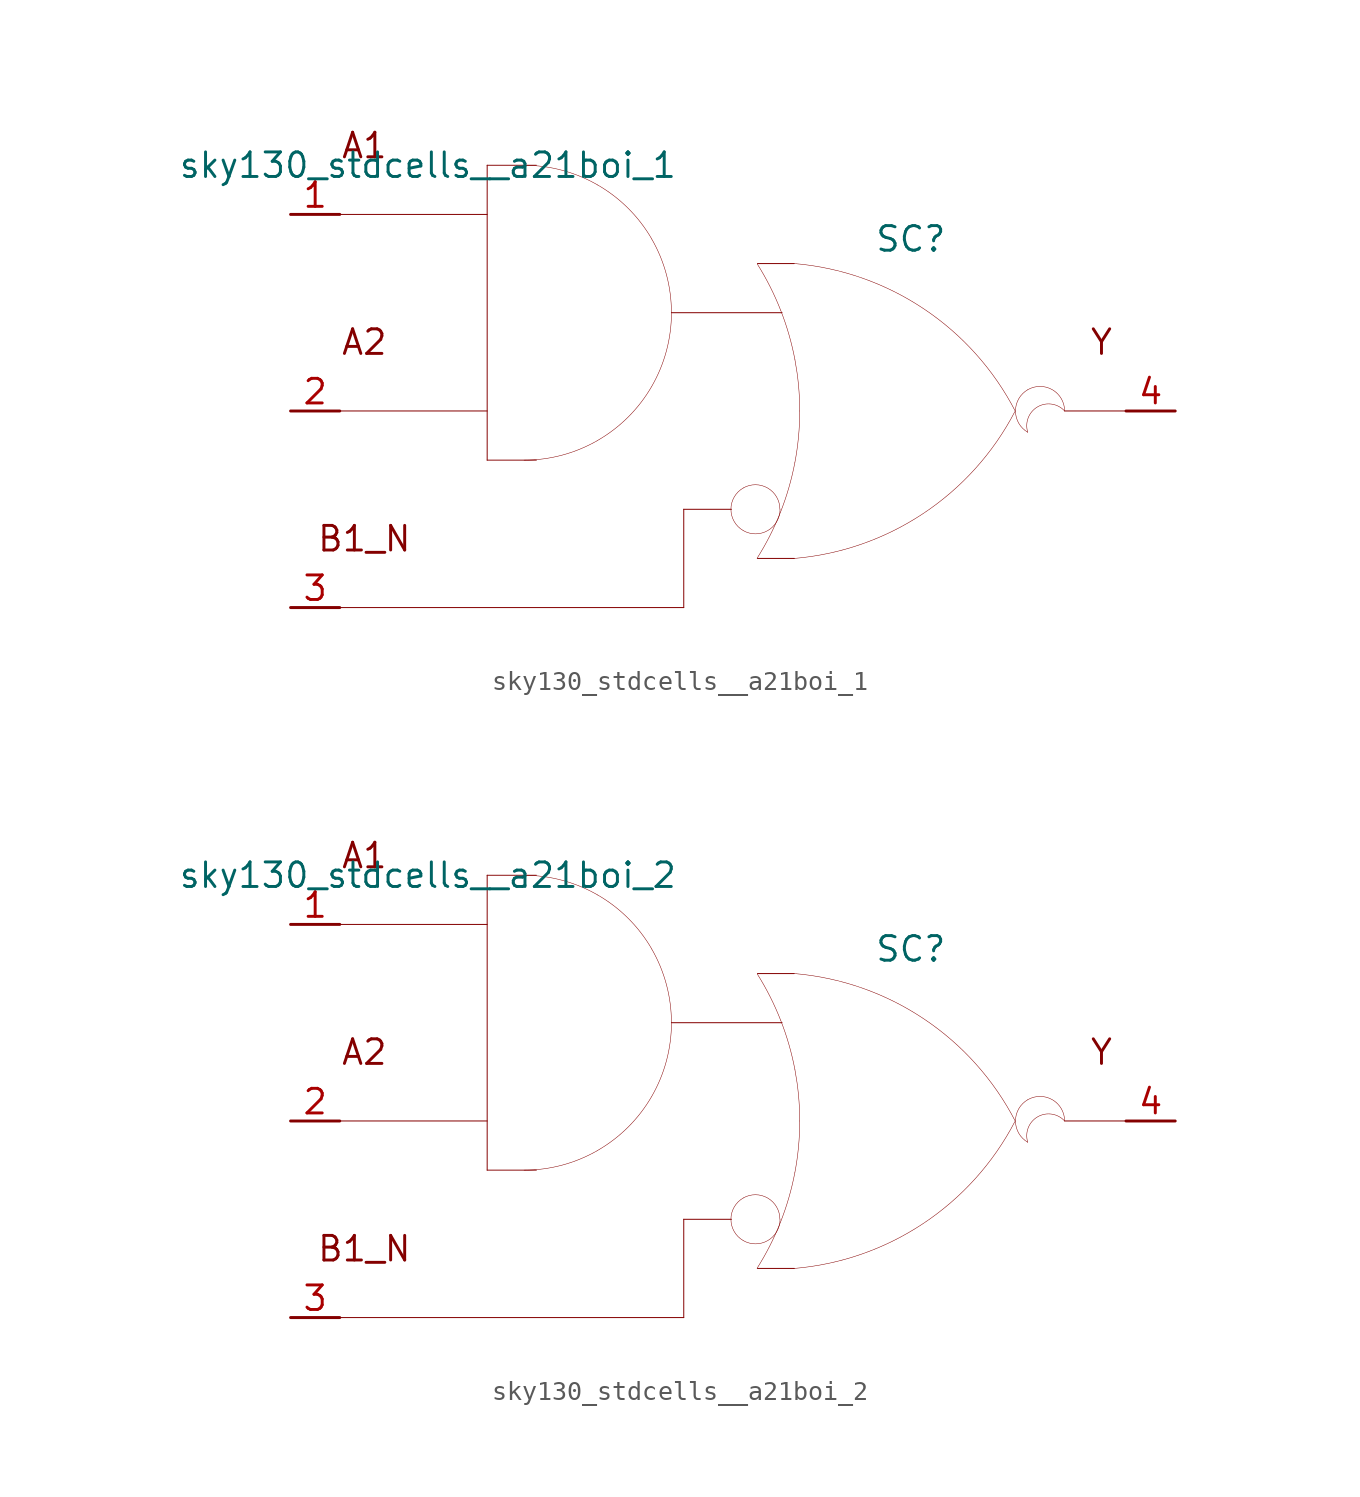
<source format=kicad_sym>
(kicad_symbol_lib
  (version 20211014)
  (generator kicad_symbol_editor)
  (symbol "sky130_stdcells__a21boi_1"
    (pin_names hide)
    (property "Reference" "SC"
      (at 9.195 8.89 0)
      (effects (font (size 1.27 1.27))))
    (property "Value" "sky130_stdcells__a21boi_1"
      (at -2.845 12.7 0)
      (effects (font (size 1.27 1.27)) (justify right)))
    (symbol "sky130_stdcells__a21boi_1_0_0"
      (arc (start -10.795 -2.54) (mid -8.8228 -2.2804) (end -6.985 -1.5191) (stroke (width 0.0254) (type default) (color 0 0 0 0)) (fill (type none)))
      (arc (start -6.985 -1.5191) (mid -5.4069 -0.3081) (end -4.1959 1.27) (stroke (width 0.0254) (type default) (color 0 0 0 0)) (fill (type none)))
      (arc (start -6.985 11.6791) (mid -8.8228 12.4403) (end -10.795 12.7) (stroke (width 0.0254) (type default) (color 0 0 0 0)) (fill (type none)))
      (arc (start -4.1959 1.27) (mid -3.4347 3.1078) (end -3.175 5.08) (stroke (width 0.0254) (type default) (color 0 0 0 0)) (fill (type none)))
      (arc (start -4.1959 8.89) (mid -5.4069 10.4681) (end -6.985 11.6791) (stroke (width 0.0254) (type default) (color 0 0 0 0)) (fill (type none)))
      (arc (start -3.175 5.08) (mid -3.4346 7.0522) (end -4.1959 8.89) (stroke (width 0.0254) (type default) (color 0 0 0 0)) (fill (type none)))
      (polyline (pts (xy -20.32 -10.16) (xy -2.54 -10.16)) (stroke (width 0.051) (type default) (color 0 0 0 0)) (fill (type none)))
      (polyline (pts (xy -20.32 0) (xy -12.7 0)) (stroke (width 0.051) (type default) (color 0 0 0 0)) (fill (type none)))
      (polyline (pts (xy -20.32 10.16) (xy -12.7 10.16)) (stroke (width 0.051) (type default) (color 0 0 0 0)) (fill (type none)))
      (polyline (pts (xy -12.7 -2.54) (xy -10.16 -2.54)) (stroke (width 0.051) (type default) (color 0 0 0 0)) (fill (type none)))
      (polyline (pts (xy -12.7 12.7) (xy -12.7 -2.54)) (stroke (width 0.051) (type default) (color 0 0 0 0)) (fill (type none)))
      (polyline (pts (xy -12.7 12.7) (xy -10.16 12.7)) (stroke (width 0.051) (type default) (color 0 0 0 0)) (fill (type none)))
      (polyline (pts (xy -3.175 5.08) (xy 2.54 5.08)) (stroke (width 0.051) (type default) (color 0 0 0 0)) (fill (type none)))
      (polyline (pts (xy -2.54 -5.08) (xy -2.54 -10.16)) (stroke (width 0.051) (type default) (color 0 0 0 0)) (fill (type none)))
      (polyline (pts (xy -2.54 -5.08) (xy -0.076 -5.08)) (stroke (width 0.051) (type default) (color 0 0 0 0)) (fill (type none)))
      (polyline (pts (xy 1.27 -7.62) (xy 3.175 -7.62)) (stroke (width 0.051) (type default) (color 0 0 0 0)) (fill (type none)))
      (polyline (pts (xy 1.27 7.62) (xy 3.175 7.62)) (stroke (width 0.051) (type default) (color 0 0 0 0)) (fill (type none)))
      (polyline (pts (xy 17.145 0) (xy 20.32 0)) (stroke (width 0.051) (type default) (color 0 0 0 0)) (fill (type none)))
      (arc (start 0.5334 -6.1799) (mid 1.8034 -6.1799) (end 2.4384 -5.08) (stroke (width 0.0254) (type default) (color 0 0 0 0)) (fill (type none)))
      (arc (start 0.5334 -3.9801) (mid -0.1016 -5.08) (end 0.5334 -6.1799) (stroke (width 0.0254) (type default) (color 0 0 0 0)) (fill (type none)))
      (arc (start 1.2495 -7.6142) (mid 1.907 -6.458) (end 2.4538 -5.2456) (stroke (width 0.0254) (type default) (color 0 0 0 0)) (fill (type none)))
      (arc (start 2.4384 -5.08) (mid 1.8034 -3.9802) (end 0.5334 -3.9801) (stroke (width 0.0254) (type default) (color 0 0 0 0)) (fill (type none)))
      (arc (start 2.4538 -5.2456) (mid 2.8887 -3.9755) (end 3.202 -2.6701) (stroke (width 0.0254) (type default) (color 0 0 0 0)) (fill (type none)))
      (arc (start 2.472 5.1993) (mid 1.9238 6.4248) (end 1.2627 7.5932) (stroke (width 0.0254) (type default) (color 0 0 0 0)) (fill (type none)))
      (arc (start 3.1446 -7.6231) (mid 9.8386 -5.2986) (end 14.5755 -0.0284) (stroke (width 0.0254) (type default) (color 0 0 0 0)) (fill (type none)))
      (arc (start 3.202 -2.6701) (mid 3.3912 -1.341) (end 3.4544 0) (stroke (width 0.0254) (type default) (color 0 0 0 0)) (fill (type none)))
      (arc (start 3.2066 2.6456) (mid 2.8989 3.9396) (end 2.472 5.1993) (stroke (width 0.0254) (type default) (color 0 0 0 0)) (fill (type none)))
      (arc (start 3.4544 0) (mid 3.3923 1.3286) (end 3.2066 2.6456) (stroke (width 0.0254) (type default) (color 0 0 0 0)) (fill (type none)))
      (arc (start 14.5983 -0.0156) (mid 9.8798 5.271) (end 3.194 7.6189) (stroke (width 0.0254) (type default) (color 0 0 0 0)) (fill (type none)))
      (arc (start 15.24 1.0999) (mid 14.605 0) (end 15.24 -1.0999) (stroke (width 0.0254) (type default) (color 0 0 0 0)) (fill (type none)))
      (arc (start 17.145 0) (mid 15.2881 0.4743) (end 15.24 -1.0999) (stroke (width 0.0254) (type default) (color 0 0 0 0)) (fill (type none)))
      (arc (start 17.145 0) (mid 16.51 1.0998) (end 15.24 1.0999) (stroke (width 0.0254) (type default) (color 0 0 0 0)) (fill (type none)))
      (text "A1" (at -19.05 13.716 0) (effects (font (size 1.27 1.27))))
      (text "A2" (at -19.05 3.556 0) (effects (font (size 1.27 1.27))))
      (text "B1_N" (at -19.05 -6.604 0) (effects (font (size 1.27 1.27))))
      (text "Y" (at 19.05 3.556 0) (effects (font (size 1.27 1.27)))))
    (symbol "sky130_stdcells__a21boi_1_1_1"
      (pin input line (at -22.86 10.16 0) (length 2.54) (name "A1" (effects (font (size 1.092 1.092)))) (number "1" (effects (font (size 1.27 1.27)))))
      (pin input line (at -22.86 0 0) (length 2.54) (name "A2" (effects (font (size 1.092 1.092)))) (number "2" (effects (font (size 1.27 1.27)))))
      (pin input line (at -22.86 -10.16 0) (length 2.54) (name "B1_N" (effects (font (size 1.092 1.092)))) (number "3" (effects (font (size 1.27 1.27)))))
      (pin output line (at 22.86 0 180) (length 2.54) (name "Y" (effects (font (size 1.092 1.092)))) (number "4" (effects (font (size 1.27 1.27)))))))
  (symbol "sky130_stdcells__a21boi_2"
    (pin_names hide)
    (property "Reference" "SC"
      (at 9.195 8.89 0)
      (effects (font (size 1.27 1.27))))
    (property "Value" "sky130_stdcells__a21boi_2"
      (at -2.845 12.7 0)
      (effects (font (size 1.27 1.27)) (justify right)))
    (symbol "sky130_stdcells__a21boi_2_0_0"
      (arc (start -10.795 -2.54) (mid -8.8228 -2.2804) (end -6.985 -1.5191) (stroke (width 0.0254) (type default) (color 0 0 0 0)) (fill (type none)))
      (arc (start -6.985 -1.5191) (mid -5.4069 -0.3081) (end -4.1959 1.27) (stroke (width 0.0254) (type default) (color 0 0 0 0)) (fill (type none)))
      (arc (start -6.985 11.6791) (mid -8.8228 12.4403) (end -10.795 12.7) (stroke (width 0.0254) (type default) (color 0 0 0 0)) (fill (type none)))
      (arc (start -4.1959 1.27) (mid -3.4347 3.1078) (end -3.175 5.08) (stroke (width 0.0254) (type default) (color 0 0 0 0)) (fill (type none)))
      (arc (start -4.1959 8.89) (mid -5.4069 10.4681) (end -6.985 11.6791) (stroke (width 0.0254) (type default) (color 0 0 0 0)) (fill (type none)))
      (arc (start -3.175 5.08) (mid -3.4346 7.0522) (end -4.1959 8.89) (stroke (width 0.0254) (type default) (color 0 0 0 0)) (fill (type none)))
      (polyline (pts (xy -20.32 -10.16) (xy -2.54 -10.16)) (stroke (width 0.051) (type default) (color 0 0 0 0)) (fill (type none)))
      (polyline (pts (xy -20.32 0) (xy -12.7 0)) (stroke (width 0.051) (type default) (color 0 0 0 0)) (fill (type none)))
      (polyline (pts (xy -20.32 10.16) (xy -12.7 10.16)) (stroke (width 0.051) (type default) (color 0 0 0 0)) (fill (type none)))
      (polyline (pts (xy -12.7 -2.54) (xy -10.16 -2.54)) (stroke (width 0.051) (type default) (color 0 0 0 0)) (fill (type none)))
      (polyline (pts (xy -12.7 12.7) (xy -12.7 -2.54)) (stroke (width 0.051) (type default) (color 0 0 0 0)) (fill (type none)))
      (polyline (pts (xy -12.7 12.7) (xy -10.16 12.7)) (stroke (width 0.051) (type default) (color 0 0 0 0)) (fill (type none)))
      (polyline (pts (xy -3.175 5.08) (xy 2.54 5.08)) (stroke (width 0.051) (type default) (color 0 0 0 0)) (fill (type none)))
      (polyline (pts (xy -2.54 -5.08) (xy -2.54 -10.16)) (stroke (width 0.051) (type default) (color 0 0 0 0)) (fill (type none)))
      (polyline (pts (xy -2.54 -5.08) (xy -0.076 -5.08)) (stroke (width 0.051) (type default) (color 0 0 0 0)) (fill (type none)))
      (polyline (pts (xy 1.27 -7.62) (xy 3.175 -7.62)) (stroke (width 0.051) (type default) (color 0 0 0 0)) (fill (type none)))
      (polyline (pts (xy 1.27 7.62) (xy 3.175 7.62)) (stroke (width 0.051) (type default) (color 0 0 0 0)) (fill (type none)))
      (polyline (pts (xy 17.145 0) (xy 20.32 0)) (stroke (width 0.051) (type default) (color 0 0 0 0)) (fill (type none)))
      (arc (start 0.5334 -6.1799) (mid 1.8034 -6.1799) (end 2.4384 -5.08) (stroke (width 0.0254) (type default) (color 0 0 0 0)) (fill (type none)))
      (arc (start 0.5334 -3.9801) (mid -0.1016 -5.08) (end 0.5334 -6.1799) (stroke (width 0.0254) (type default) (color 0 0 0 0)) (fill (type none)))
      (arc (start 1.2495 -7.6142) (mid 1.907 -6.458) (end 2.4538 -5.2456) (stroke (width 0.0254) (type default) (color 0 0 0 0)) (fill (type none)))
      (arc (start 2.4384 -5.08) (mid 1.8034 -3.9802) (end 0.5334 -3.9801) (stroke (width 0.0254) (type default) (color 0 0 0 0)) (fill (type none)))
      (arc (start 2.4538 -5.2456) (mid 2.8887 -3.9755) (end 3.202 -2.6701) (stroke (width 0.0254) (type default) (color 0 0 0 0)) (fill (type none)))
      (arc (start 2.472 5.1993) (mid 1.9238 6.4248) (end 1.2627 7.5932) (stroke (width 0.0254) (type default) (color 0 0 0 0)) (fill (type none)))
      (arc (start 3.1446 -7.6231) (mid 9.8386 -5.2986) (end 14.5755 -0.0284) (stroke (width 0.0254) (type default) (color 0 0 0 0)) (fill (type none)))
      (arc (start 3.202 -2.6701) (mid 3.3912 -1.341) (end 3.4544 0) (stroke (width 0.0254) (type default) (color 0 0 0 0)) (fill (type none)))
      (arc (start 3.2066 2.6456) (mid 2.8989 3.9396) (end 2.472 5.1993) (stroke (width 0.0254) (type default) (color 0 0 0 0)) (fill (type none)))
      (arc (start 3.4544 0) (mid 3.3923 1.3286) (end 3.2066 2.6456) (stroke (width 0.0254) (type default) (color 0 0 0 0)) (fill (type none)))
      (arc (start 14.5983 -0.0156) (mid 9.8798 5.271) (end 3.194 7.6189) (stroke (width 0.0254) (type default) (color 0 0 0 0)) (fill (type none)))
      (arc (start 15.24 1.0999) (mid 14.605 0) (end 15.24 -1.0999) (stroke (width 0.0254) (type default) (color 0 0 0 0)) (fill (type none)))
      (arc (start 17.145 0) (mid 15.2881 0.4743) (end 15.24 -1.0999) (stroke (width 0.0254) (type default) (color 0 0 0 0)) (fill (type none)))
      (arc (start 17.145 0) (mid 16.51 1.0998) (end 15.24 1.0999) (stroke (width 0.0254) (type default) (color 0 0 0 0)) (fill (type none)))
      (text "A1" (at -19.05 13.716 0) (effects (font (size 1.27 1.27))))
      (text "A2" (at -19.05 3.556 0) (effects (font (size 1.27 1.27))))
      (text "B1_N" (at -19.05 -6.604 0) (effects (font (size 1.27 1.27))))
      (text "Y" (at 19.05 3.556 0) (effects (font (size 1.27 1.27)))))
    (symbol "sky130_stdcells__a21boi_2_1_1"
      (pin input line (at -22.86 10.16 0) (length 2.54) (name "A1" (effects (font (size 1.092 1.092)))) (number "1" (effects (font (size 1.27 1.27)))))
      (pin input line (at -22.86 0 0) (length 2.54) (name "A2" (effects (font (size 1.092 1.092)))) (number "2" (effects (font (size 1.27 1.27)))))
      (pin input line (at -22.86 -10.16 0) (length 2.54) (name "B1_N" (effects (font (size 1.092 1.092)))) (number "3" (effects (font (size 1.27 1.27)))))
      (pin output line (at 22.86 0 180) (length 2.54) (name "Y" (effects (font (size 1.092 1.092)))) (number "4" (effects (font (size 1.27 1.27))))))))
</source>
